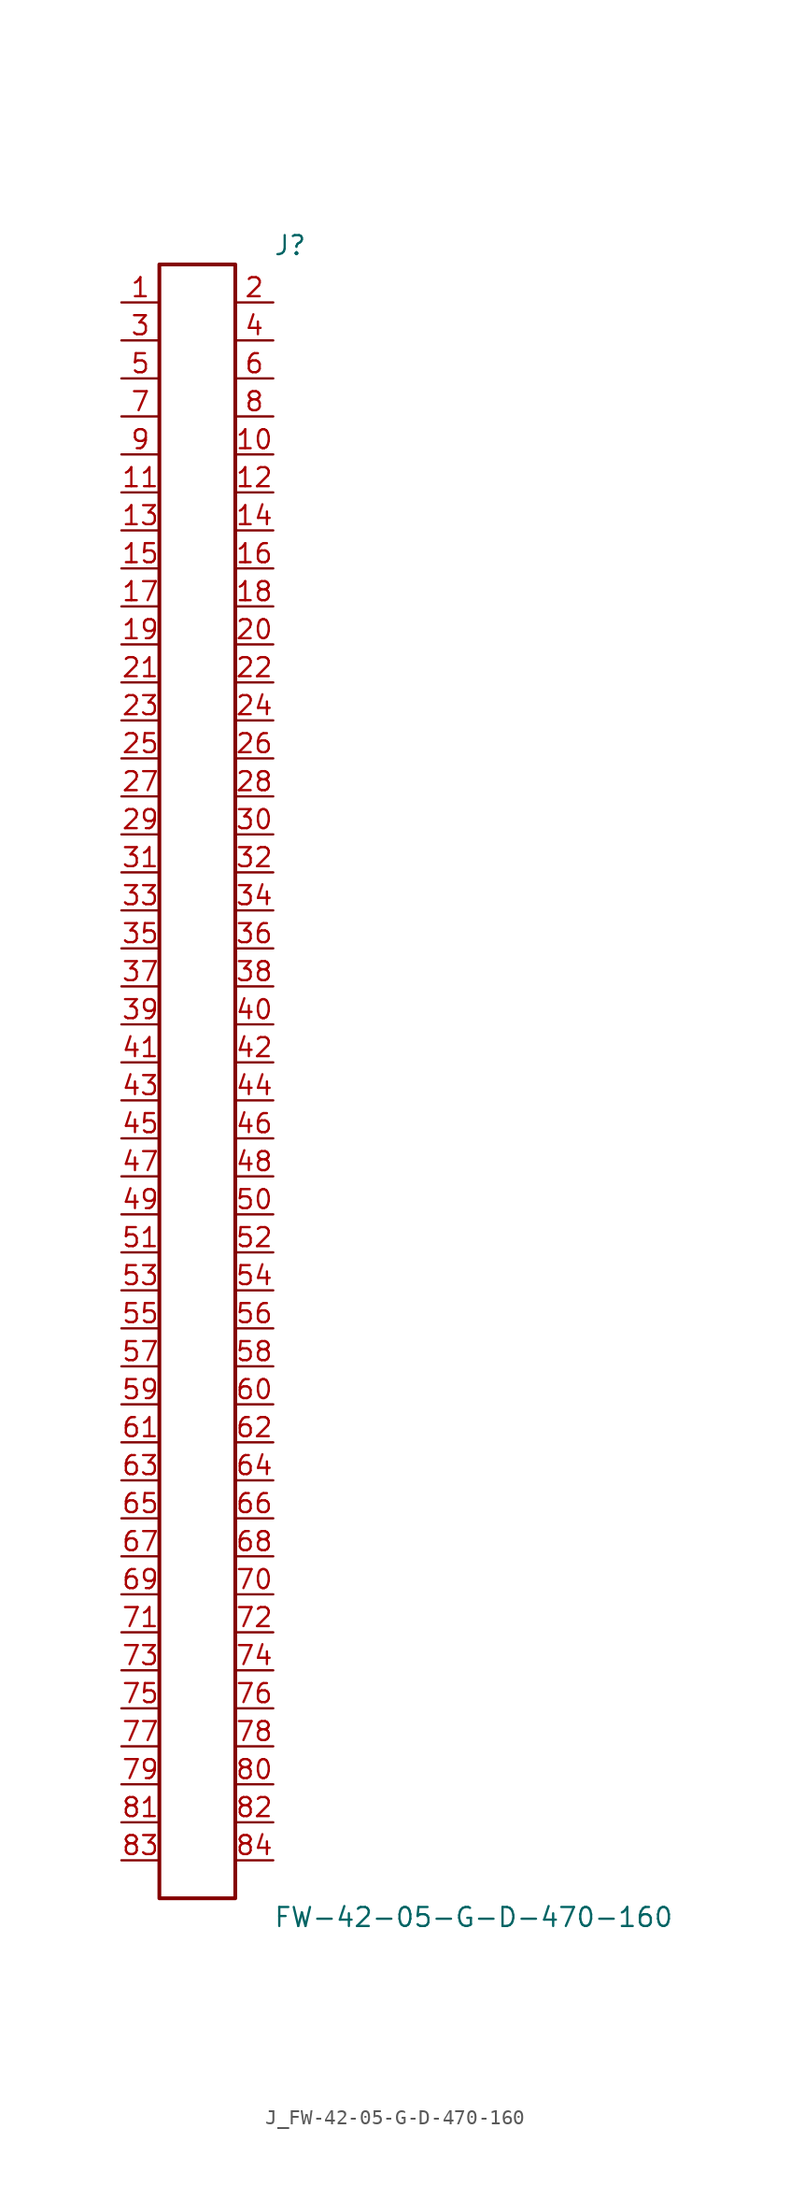
<source format=kicad_sym>
(kicad_symbol_lib
  (version 20231120)
  (generator kicad_symbol_editor)
  (generator_version 8.0)
  (symbol "J_FW-42-05-G-D-470-160"
    (pin_names
      (offset 0.254))
    (property "Reference" "J"
      (at 5.08 55.88 0)
      (effects (font (size 1.27 1.27)) (justify left)))
    (property "Value" "FW-42-05-G-D-470-160"
      (at 5.08 -55.88 0)
      (effects (font (size 1.27 1.27)) (justify left)))
    (symbol "J_FW-42-05-G-D-470-160_0_0"
      (pin unspecified line (at -5.08 52.07 0) (length 2.54) (name "" (effects (font (size 1.27 1.27)))) (number "1" (effects (font (size 1.27 1.27)))))
      (pin unspecified line (at 5.08 52.07 180) (length 2.54) (name "" (effects (font (size 1.27 1.27)))) (number "2" (effects (font (size 1.27 1.27)))))
      (pin unspecified line (at -5.08 49.53 0) (length 2.54) (name "" (effects (font (size 1.27 1.27)))) (number "3" (effects (font (size 1.27 1.27)))))
      (pin unspecified line (at 5.08 49.53 180) (length 2.54) (name "" (effects (font (size 1.27 1.27)))) (number "4" (effects (font (size 1.27 1.27)))))
      (pin unspecified line (at -5.08 46.99 0) (length 2.54) (name "" (effects (font (size 1.27 1.27)))) (number "5" (effects (font (size 1.27 1.27)))))
      (pin unspecified line (at 5.08 46.99 180) (length 2.54) (name "" (effects (font (size 1.27 1.27)))) (number "6" (effects (font (size 1.27 1.27)))))
      (pin unspecified line (at -5.08 44.45 0) (length 2.54) (name "" (effects (font (size 1.27 1.27)))) (number "7" (effects (font (size 1.27 1.27)))))
      (pin unspecified line (at 5.08 44.45 180) (length 2.54) (name "" (effects (font (size 1.27 1.27)))) (number "8" (effects (font (size 1.27 1.27)))))
      (pin unspecified line (at -5.08 41.91 0) (length 2.54) (name "" (effects (font (size 1.27 1.27)))) (number "9" (effects (font (size 1.27 1.27)))))
      (pin unspecified line (at 5.08 41.91 180) (length 2.54) (name "" (effects (font (size 1.27 1.27)))) (number "10" (effects (font (size 1.27 1.27)))))
      (pin unspecified line (at -5.08 39.37 0) (length 2.54) (name "" (effects (font (size 1.27 1.27)))) (number "11" (effects (font (size 1.27 1.27)))))
      (pin unspecified line (at 5.08 39.37 180) (length 2.54) (name "" (effects (font (size 1.27 1.27)))) (number "12" (effects (font (size 1.27 1.27)))))
      (pin unspecified line (at -5.08 36.83 0) (length 2.54) (name "" (effects (font (size 1.27 1.27)))) (number "13" (effects (font (size 1.27 1.27)))))
      (pin unspecified line (at 5.08 36.83 180) (length 2.54) (name "" (effects (font (size 1.27 1.27)))) (number "14" (effects (font (size 1.27 1.27)))))
      (pin unspecified line (at -5.08 34.29 0) (length 2.54) (name "" (effects (font (size 1.27 1.27)))) (number "15" (effects (font (size 1.27 1.27)))))
      (pin unspecified line (at 5.08 34.29 180) (length 2.54) (name "" (effects (font (size 1.27 1.27)))) (number "16" (effects (font (size 1.27 1.27)))))
      (pin unspecified line (at -5.08 31.75 0) (length 2.54) (name "" (effects (font (size 1.27 1.27)))) (number "17" (effects (font (size 1.27 1.27)))))
      (pin unspecified line (at 5.08 31.75 180) (length 2.54) (name "" (effects (font (size 1.27 1.27)))) (number "18" (effects (font (size 1.27 1.27)))))
      (pin unspecified line (at -5.08 29.21 0) (length 2.54) (name "" (effects (font (size 1.27 1.27)))) (number "19" (effects (font (size 1.27 1.27)))))
      (pin unspecified line (at 5.08 29.21 180) (length 2.54) (name "" (effects (font (size 1.27 1.27)))) (number "20" (effects (font (size 1.27 1.27)))))
      (pin unspecified line (at -5.08 26.67 0) (length 2.54) (name "" (effects (font (size 1.27 1.27)))) (number "21" (effects (font (size 1.27 1.27)))))
      (pin unspecified line (at 5.08 26.67 180) (length 2.54) (name "" (effects (font (size 1.27 1.27)))) (number "22" (effects (font (size 1.27 1.27)))))
      (pin unspecified line (at -5.08 24.13 0) (length 2.54) (name "" (effects (font (size 1.27 1.27)))) (number "23" (effects (font (size 1.27 1.27)))))
      (pin unspecified line (at 5.08 24.13 180) (length 2.54) (name "" (effects (font (size 1.27 1.27)))) (number "24" (effects (font (size 1.27 1.27)))))
      (pin unspecified line (at -5.08 21.59 0) (length 2.54) (name "" (effects (font (size 1.27 1.27)))) (number "25" (effects (font (size 1.27 1.27)))))
      (pin unspecified line (at 5.08 21.59 180) (length 2.54) (name "" (effects (font (size 1.27 1.27)))) (number "26" (effects (font (size 1.27 1.27)))))
      (pin unspecified line (at -5.08 19.05 0) (length 2.54) (name "" (effects (font (size 1.27 1.27)))) (number "27" (effects (font (size 1.27 1.27)))))
      (pin unspecified line (at 5.08 19.05 180) (length 2.54) (name "" (effects (font (size 1.27 1.27)))) (number "28" (effects (font (size 1.27 1.27)))))
      (pin unspecified line (at -5.08 16.51 0) (length 2.54) (name "" (effects (font (size 1.27 1.27)))) (number "29" (effects (font (size 1.27 1.27)))))
      (pin unspecified line (at 5.08 16.51 180) (length 2.54) (name "" (effects (font (size 1.27 1.27)))) (number "30" (effects (font (size 1.27 1.27)))))
      (pin unspecified line (at -5.08 13.97 0) (length 2.54) (name "" (effects (font (size 1.27 1.27)))) (number "31" (effects (font (size 1.27 1.27)))))
      (pin unspecified line (at 5.08 13.97 180) (length 2.54) (name "" (effects (font (size 1.27 1.27)))) (number "32" (effects (font (size 1.27 1.27)))))
      (pin unspecified line (at -5.08 11.43 0) (length 2.54) (name "" (effects (font (size 1.27 1.27)))) (number "33" (effects (font (size 1.27 1.27)))))
      (pin unspecified line (at 5.08 11.43 180) (length 2.54) (name "" (effects (font (size 1.27 1.27)))) (number "34" (effects (font (size 1.27 1.27)))))
      (pin unspecified line (at -5.08 8.89 0) (length 2.54) (name "" (effects (font (size 1.27 1.27)))) (number "35" (effects (font (size 1.27 1.27)))))
      (pin unspecified line (at 5.08 8.89 180) (length 2.54) (name "" (effects (font (size 1.27 1.27)))) (number "36" (effects (font (size 1.27 1.27)))))
      (pin unspecified line (at -5.08 6.35 0) (length 2.54) (name "" (effects (font (size 1.27 1.27)))) (number "37" (effects (font (size 1.27 1.27)))))
      (pin unspecified line (at 5.08 6.35 180) (length 2.54) (name "" (effects (font (size 1.27 1.27)))) (number "38" (effects (font (size 1.27 1.27)))))
      (pin unspecified line (at -5.08 3.81 0) (length 2.54) (name "" (effects (font (size 1.27 1.27)))) (number "39" (effects (font (size 1.27 1.27)))))
      (pin unspecified line (at 5.08 3.81 180) (length 2.54) (name "" (effects (font (size 1.27 1.27)))) (number "40" (effects (font (size 1.27 1.27)))))
      (pin unspecified line (at -5.08 1.27 0) (length 2.54) (name "" (effects (font (size 1.27 1.27)))) (number "41" (effects (font (size 1.27 1.27)))))
      (pin unspecified line (at 5.08 1.27 180) (length 2.54) (name "" (effects (font (size 1.27 1.27)))) (number "42" (effects (font (size 1.27 1.27)))))
      (pin unspecified line (at -5.08 -1.27 0) (length 2.54) (name "" (effects (font (size 1.27 1.27)))) (number "43" (effects (font (size 1.27 1.27)))))
      (pin unspecified line (at 5.08 -1.27 180) (length 2.54) (name "" (effects (font (size 1.27 1.27)))) (number "44" (effects (font (size 1.27 1.27)))))
      (pin unspecified line (at -5.08 -3.81 0) (length 2.54) (name "" (effects (font (size 1.27 1.27)))) (number "45" (effects (font (size 1.27 1.27)))))
      (pin unspecified line (at 5.08 -3.81 180) (length 2.54) (name "" (effects (font (size 1.27 1.27)))) (number "46" (effects (font (size 1.27 1.27)))))
      (pin unspecified line (at -5.08 -6.35 0) (length 2.54) (name "" (effects (font (size 1.27 1.27)))) (number "47" (effects (font (size 1.27 1.27)))))
      (pin unspecified line (at 5.08 -6.35 180) (length 2.54) (name "" (effects (font (size 1.27 1.27)))) (number "48" (effects (font (size 1.27 1.27)))))
      (pin unspecified line (at -5.08 -8.89 0) (length 2.54) (name "" (effects (font (size 1.27 1.27)))) (number "49" (effects (font (size 1.27 1.27)))))
      (pin unspecified line (at 5.08 -8.89 180) (length 2.54) (name "" (effects (font (size 1.27 1.27)))) (number "50" (effects (font (size 1.27 1.27)))))
      (pin unspecified line (at -5.08 -11.43 0) (length 2.54) (name "" (effects (font (size 1.27 1.27)))) (number "51" (effects (font (size 1.27 1.27)))))
      (pin unspecified line (at 5.08 -11.43 180) (length 2.54) (name "" (effects (font (size 1.27 1.27)))) (number "52" (effects (font (size 1.27 1.27)))))
      (pin unspecified line (at -5.08 -13.97 0) (length 2.54) (name "" (effects (font (size 1.27 1.27)))) (number "53" (effects (font (size 1.27 1.27)))))
      (pin unspecified line (at 5.08 -13.97 180) (length 2.54) (name "" (effects (font (size 1.27 1.27)))) (number "54" (effects (font (size 1.27 1.27)))))
      (pin unspecified line (at -5.08 -16.51 0) (length 2.54) (name "" (effects (font (size 1.27 1.27)))) (number "55" (effects (font (size 1.27 1.27)))))
      (pin unspecified line (at 5.08 -16.51 180) (length 2.54) (name "" (effects (font (size 1.27 1.27)))) (number "56" (effects (font (size 1.27 1.27)))))
      (pin unspecified line (at -5.08 -19.05 0) (length 2.54) (name "" (effects (font (size 1.27 1.27)))) (number "57" (effects (font (size 1.27 1.27)))))
      (pin unspecified line (at 5.08 -19.05 180) (length 2.54) (name "" (effects (font (size 1.27 1.27)))) (number "58" (effects (font (size 1.27 1.27)))))
      (pin unspecified line (at -5.08 -21.59 0) (length 2.54) (name "" (effects (font (size 1.27 1.27)))) (number "59" (effects (font (size 1.27 1.27)))))
      (pin unspecified line (at 5.08 -21.59 180) (length 2.54) (name "" (effects (font (size 1.27 1.27)))) (number "60" (effects (font (size 1.27 1.27)))))
      (pin unspecified line (at -5.08 -24.13 0) (length 2.54) (name "" (effects (font (size 1.27 1.27)))) (number "61" (effects (font (size 1.27 1.27)))))
      (pin unspecified line (at 5.08 -24.13 180) (length 2.54) (name "" (effects (font (size 1.27 1.27)))) (number "62" (effects (font (size 1.27 1.27)))))
      (pin unspecified line (at -5.08 -26.67 0) (length 2.54) (name "" (effects (font (size 1.27 1.27)))) (number "63" (effects (font (size 1.27 1.27)))))
      (pin unspecified line (at 5.08 -26.67 180) (length 2.54) (name "" (effects (font (size 1.27 1.27)))) (number "64" (effects (font (size 1.27 1.27)))))
      (pin unspecified line (at -5.08 -29.21 0) (length 2.54) (name "" (effects (font (size 1.27 1.27)))) (number "65" (effects (font (size 1.27 1.27)))))
      (pin unspecified line (at 5.08 -29.21 180) (length 2.54) (name "" (effects (font (size 1.27 1.27)))) (number "66" (effects (font (size 1.27 1.27)))))
      (pin unspecified line (at -5.08 -31.75 0) (length 2.54) (name "" (effects (font (size 1.27 1.27)))) (number "67" (effects (font (size 1.27 1.27)))))
      (pin unspecified line (at 5.08 -31.75 180) (length 2.54) (name "" (effects (font (size 1.27 1.27)))) (number "68" (effects (font (size 1.27 1.27)))))
      (pin unspecified line (at -5.08 -34.29 0) (length 2.54) (name "" (effects (font (size 1.27 1.27)))) (number "69" (effects (font (size 1.27 1.27)))))
      (pin unspecified line (at 5.08 -34.29 180) (length 2.54) (name "" (effects (font (size 1.27 1.27)))) (number "70" (effects (font (size 1.27 1.27)))))
      (pin unspecified line (at -5.08 -36.83 0) (length 2.54) (name "" (effects (font (size 1.27 1.27)))) (number "71" (effects (font (size 1.27 1.27)))))
      (pin unspecified line (at 5.08 -36.83 180) (length 2.54) (name "" (effects (font (size 1.27 1.27)))) (number "72" (effects (font (size 1.27 1.27)))))
      (pin unspecified line (at -5.08 -39.37 0) (length 2.54) (name "" (effects (font (size 1.27 1.27)))) (number "73" (effects (font (size 1.27 1.27)))))
      (pin unspecified line (at 5.08 -39.37 180) (length 2.54) (name "" (effects (font (size 1.27 1.27)))) (number "74" (effects (font (size 1.27 1.27)))))
      (pin unspecified line (at -5.08 -41.91 0) (length 2.54) (name "" (effects (font (size 1.27 1.27)))) (number "75" (effects (font (size 1.27 1.27)))))
      (pin unspecified line (at 5.08 -41.91 180) (length 2.54) (name "" (effects (font (size 1.27 1.27)))) (number "76" (effects (font (size 1.27 1.27)))))
      (pin unspecified line (at -5.08 -44.45 0) (length 2.54) (name "" (effects (font (size 1.27 1.27)))) (number "77" (effects (font (size 1.27 1.27)))))
      (pin unspecified line (at 5.08 -44.45 180) (length 2.54) (name "" (effects (font (size 1.27 1.27)))) (number "78" (effects (font (size 1.27 1.27)))))
      (pin unspecified line (at -5.08 -46.99 0) (length 2.54) (name "" (effects (font (size 1.27 1.27)))) (number "79" (effects (font (size 1.27 1.27)))))
      (pin unspecified line (at 5.08 -46.99 180) (length 2.54) (name "" (effects (font (size 1.27 1.27)))) (number "80" (effects (font (size 1.27 1.27)))))
      (pin unspecified line (at -5.08 -49.53 0) (length 2.54) (name "" (effects (font (size 1.27 1.27)))) (number "81" (effects (font (size 1.27 1.27)))))
      (pin unspecified line (at 5.08 -49.53 180) (length 2.54) (name "" (effects (font (size 1.27 1.27)))) (number "82" (effects (font (size 1.27 1.27)))))
      (pin unspecified line (at -5.08 -52.07 0) (length 2.54) (name "" (effects (font (size 1.27 1.27)))) (number "83" (effects (font (size 1.27 1.27)))))
      (pin unspecified line (at 5.08 -52.07 180) (length 2.54) (name "" (effects (font (size 1.27 1.27)))) (number "84" (effects (font (size 1.27 1.27))))))
    (symbol "J_FW-42-05-G-D-470-160_1_0"
      (rectangle (start -2.54 54.61) (end 2.54 -54.61) (stroke (width 0.254) (type solid)) (fill (type none))))))
</source>
